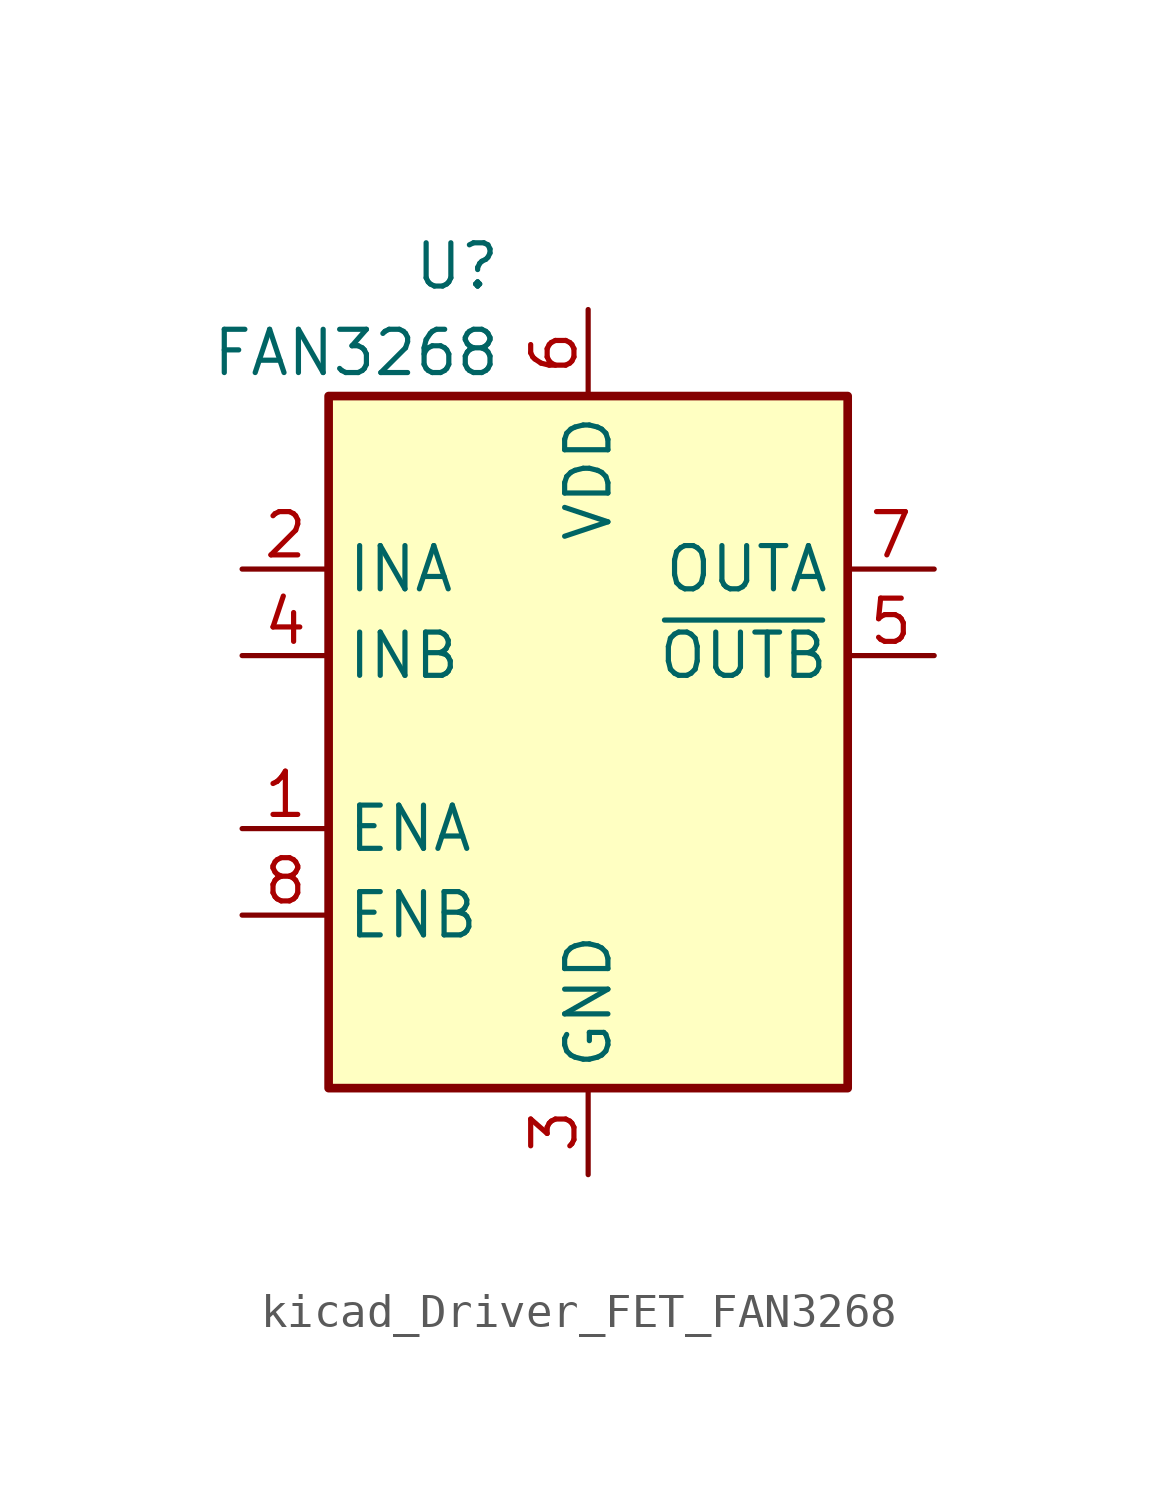
<source format=kicad_sym>
(kicad_symbol_lib
  (version 20220914)
  (generator kicad_symbol_editor)
  (symbol "kicad_Driver_FET_FAN3268"
    (property "Reference" "U"
      (at -2.54 13.97 0)
      (effects (font (size 1.27 1.27)) (justify right)))
    (property "Value" "FAN3268"
      (at -2.54 11.43 0)
      (effects (font (size 1.27 1.27)) (justify right)))
    (symbol "kicad_Driver_FET_FAN3268_0_1"
      (rectangle (start -7.62 10.16) (end 7.62 -10.16) (stroke (width 0.254) (type default)) (fill (type background))))
    (symbol "kicad_Driver_FET_FAN3268_1_1"
      (pin input line (at -10.16 -2.54 0) (length 2.54) (name "ENA" (effects (font (size 1.27 1.27)))) (number "1" (effects (font (size 1.27 1.27)))))
      (pin input line (at -10.16 5.08 0) (length 2.54) (name "INA" (effects (font (size 1.27 1.27)))) (number "2" (effects (font (size 1.27 1.27)))))
      (pin power_in line (at 0 -12.7 90) (length 2.54) (name "GND" (effects (font (size 1.27 1.27)))) (number "3" (effects (font (size 1.27 1.27)))))
      (pin input line (at -10.16 2.54 0) (length 2.54) (name "INB" (effects (font (size 1.27 1.27)))) (number "4" (effects (font (size 1.27 1.27)))))
      (pin output line (at 10.16 2.54 180) (length 2.54) (name "~{OUTB}" (effects (font (size 1.27 1.27)))) (number "5" (effects (font (size 1.27 1.27)))))
      (pin power_in line (at 0 12.7 270) (length 2.54) (name "VDD" (effects (font (size 1.27 1.27)))) (number "6" (effects (font (size 1.27 1.27)))))
      (pin output line (at 10.16 5.08 180) (length 2.54) (name "OUTA" (effects (font (size 1.27 1.27)))) (number "7" (effects (font (size 1.27 1.27)))))
      (pin input line (at -10.16 -5.08 0) (length 2.54) (name "ENB" (effects (font (size 1.27 1.27)))) (number "8" (effects (font (size 1.27 1.27))))))))
</source>
